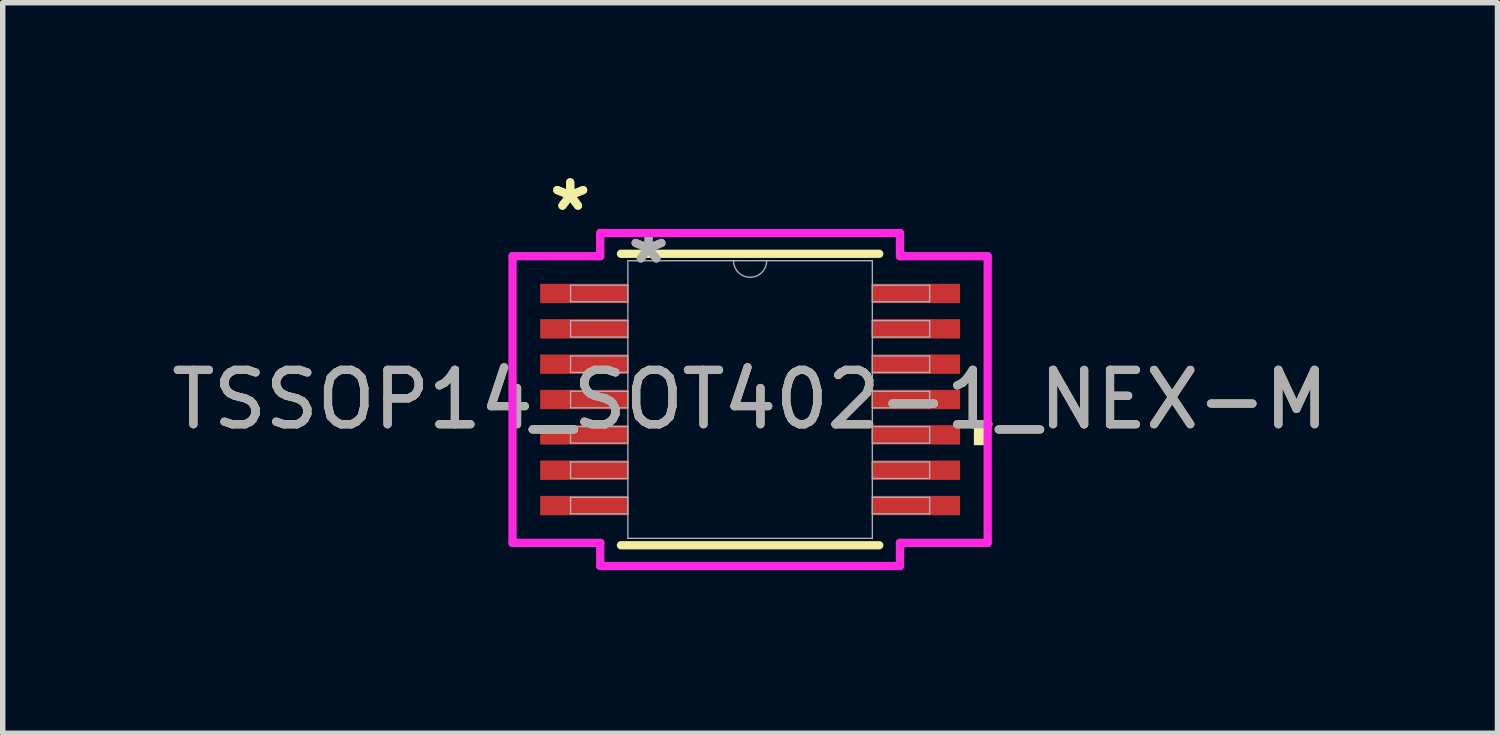
<source format=kicad_pcb>
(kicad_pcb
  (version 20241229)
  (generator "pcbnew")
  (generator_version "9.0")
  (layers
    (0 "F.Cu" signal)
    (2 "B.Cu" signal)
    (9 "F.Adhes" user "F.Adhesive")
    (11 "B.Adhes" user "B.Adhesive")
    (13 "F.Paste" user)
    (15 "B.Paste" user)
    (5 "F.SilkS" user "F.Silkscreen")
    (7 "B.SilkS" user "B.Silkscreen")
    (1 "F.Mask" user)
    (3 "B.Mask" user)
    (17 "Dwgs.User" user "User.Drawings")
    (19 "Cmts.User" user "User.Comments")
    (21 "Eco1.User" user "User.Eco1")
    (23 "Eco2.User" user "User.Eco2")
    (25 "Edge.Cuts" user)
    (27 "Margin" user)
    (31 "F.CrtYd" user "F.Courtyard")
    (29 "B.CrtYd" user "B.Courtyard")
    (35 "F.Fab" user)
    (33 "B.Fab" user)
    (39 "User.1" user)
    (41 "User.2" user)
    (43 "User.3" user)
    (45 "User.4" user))
  (footprint "TSSOP14_SOT402-1_NEX-M"
    (layer "F.Cu")
    (at 10.744 4.297)
    (property "Reference" "TSSOP14_SOT402-1_NEX-M" (at 0 0 0) (unlocked yes) (layer "F.SilkS") (effects (font (size 1 1) (thickness 0.15))))
    (attr smd)
    (fp_line (start -2.375 2.68) (end 2.375 2.68) (stroke (width 0.152) (type solid)) (layer "F.SilkS"))
    (fp_line (start 2.375 -2.68) (end -2.375 -2.68) (stroke (width 0.152) (type solid)) (layer "F.SilkS"))
    (fp_poly (pts (xy 4.369 0.459) (xy 4.369 0.84) (xy 4.115 0.84) (xy 4.115 0.459)) (stroke (width 0) (type solid)) (fill yes) (layer "F.SilkS"))
    (fp_line (start -4.369 -2.636) (end -2.756 -2.636) (stroke (width 0.152) (type solid)) (layer "F.CrtYd"))
    (fp_line (start -4.369 2.636) (end -4.369 -2.636) (stroke (width 0.152) (type solid)) (layer "F.CrtYd"))
    (fp_line (start -4.369 2.636) (end -2.756 2.636) (stroke (width 0.152) (type solid)) (layer "F.CrtYd"))
    (fp_line (start -2.756 -3.061) (end 2.756 -3.061) (stroke (width 0.152) (type solid)) (layer "F.CrtYd"))
    (fp_line (start -2.756 -2.636) (end -2.756 -3.061) (stroke (width 0.152) (type solid)) (layer "F.CrtYd"))
    (fp_line (start -2.756 3.061) (end -2.756 2.636) (stroke (width 0.152) (type solid)) (layer "F.CrtYd"))
    (fp_line (start 2.756 -3.061) (end 2.756 -2.636) (stroke (width 0.152) (type solid)) (layer "F.CrtYd"))
    (fp_line (start 2.756 2.636) (end 2.756 3.061) (stroke (width 0.152) (type solid)) (layer "F.CrtYd"))
    (fp_line (start 2.756 3.061) (end -2.756 3.061) (stroke (width 0.152) (type solid)) (layer "F.CrtYd"))
    (fp_line (start 4.369 -2.636) (end 2.756 -2.636) (stroke (width 0.152) (type solid)) (layer "F.CrtYd"))
    (fp_line (start 4.369 -2.636) (end 4.369 2.636) (stroke (width 0.152) (type solid)) (layer "F.CrtYd"))
    (fp_line (start 4.369 2.636) (end 2.756 2.636) (stroke (width 0.152) (type solid)) (layer "F.CrtYd"))
    (fp_line (start -3.302 -2.102) (end -3.302 -1.798) (stroke (width 0.025) (type solid)) (layer "F.Fab"))
    (fp_line (start -3.302 -1.798) (end -2.248 -1.798) (stroke (width 0.025) (type solid)) (layer "F.Fab"))
    (fp_line (start -3.302 -1.452) (end -3.302 -1.148) (stroke (width 0.025) (type solid)) (layer "F.Fab"))
    (fp_line (start -3.302 -1.148) (end -2.248 -1.148) (stroke (width 0.025) (type solid)) (layer "F.Fab"))
    (fp_line (start -3.302 -0.802) (end -3.302 -0.498) (stroke (width 0.025) (type solid)) (layer "F.Fab"))
    (fp_line (start -3.302 -0.498) (end -2.248 -0.498) (stroke (width 0.025) (type solid)) (layer "F.Fab"))
    (fp_line (start -3.302 -0.152) (end -3.302 0.152) (stroke (width 0.025) (type solid)) (layer "F.Fab"))
    (fp_line (start -3.302 0.152) (end -2.248 0.152) (stroke (width 0.025) (type solid)) (layer "F.Fab"))
    (fp_line (start -3.302 0.498) (end -3.302 0.802) (stroke (width 0.025) (type solid)) (layer "F.Fab"))
    (fp_line (start -3.302 0.802) (end -2.248 0.802) (stroke (width 0.025) (type solid)) (layer "F.Fab"))
    (fp_line (start -3.302 1.148) (end -3.302 1.452) (stroke (width 0.025) (type solid)) (layer "F.Fab"))
    (fp_line (start -3.302 1.452) (end -2.248 1.452) (stroke (width 0.025) (type solid)) (layer "F.Fab"))
    (fp_line (start -3.302 1.798) (end -3.302 2.102) (stroke (width 0.025) (type solid)) (layer "F.Fab"))
    (fp_line (start -3.302 2.102) (end -2.248 2.102) (stroke (width 0.025) (type solid)) (layer "F.Fab"))
    (fp_line (start -2.248 -2.553) (end -2.248 2.553) (stroke (width 0.025) (type solid)) (layer "F.Fab"))
    (fp_line (start -2.248 -2.102) (end -3.302 -2.102) (stroke (width 0.025) (type solid)) (layer "F.Fab"))
    (fp_line (start -2.248 -1.798) (end -2.248 -2.102) (stroke (width 0.025) (type solid)) (layer "F.Fab"))
    (fp_line (start -2.248 -1.452) (end -3.302 -1.452) (stroke (width 0.025) (type solid)) (layer "F.Fab"))
    (fp_line (start -2.248 -1.148) (end -2.248 -1.452) (stroke (width 0.025) (type solid)) (layer "F.Fab"))
    (fp_line (start -2.248 -0.802) (end -3.302 -0.802) (stroke (width 0.025) (type solid)) (layer "F.Fab"))
    (fp_line (start -2.248 -0.498) (end -2.248 -0.802) (stroke (width 0.025) (type solid)) (layer "F.Fab"))
    (fp_line (start -2.248 -0.152) (end -3.302 -0.152) (stroke (width 0.025) (type solid)) (layer "F.Fab"))
    (fp_line (start -2.248 0.152) (end -2.248 -0.152) (stroke (width 0.025) (type solid)) (layer "F.Fab"))
    (fp_line (start -2.248 0.498) (end -3.302 0.498) (stroke (width 0.025) (type solid)) (layer "F.Fab"))
    (fp_line (start -2.248 0.802) (end -2.248 0.498) (stroke (width 0.025) (type solid)) (layer "F.Fab"))
    (fp_line (start -2.248 1.148) (end -3.302 1.148) (stroke (width 0.025) (type solid)) (layer "F.Fab"))
    (fp_line (start -2.248 1.452) (end -2.248 1.148) (stroke (width 0.025) (type solid)) (layer "F.Fab"))
    (fp_line (start -2.248 1.798) (end -3.302 1.798) (stroke (width 0.025) (type solid)) (layer "F.Fab"))
    (fp_line (start -2.248 2.102) (end -2.248 1.798) (stroke (width 0.025) (type solid)) (layer "F.Fab"))
    (fp_line (start -2.248 2.553) (end 2.248 2.553) (stroke (width 0.025) (type solid)) (layer "F.Fab"))
    (fp_line (start 2.248 -2.553) (end -2.248 -2.553) (stroke (width 0.025) (type solid)) (layer "F.Fab"))
    (fp_line (start 2.248 -2.102) (end 2.248 -1.798) (stroke (width 0.025) (type solid)) (layer "F.Fab"))
    (fp_line (start 2.248 -1.798) (end 3.302 -1.798) (stroke (width 0.025) (type solid)) (layer "F.Fab"))
    (fp_line (start 2.248 -1.452) (end 2.248 -1.148) (stroke (width 0.025) (type solid)) (layer "F.Fab"))
    (fp_line (start 2.248 -1.148) (end 3.302 -1.148) (stroke (width 0.025) (type solid)) (layer "F.Fab"))
    (fp_line (start 2.248 -0.802) (end 2.248 -0.498) (stroke (width 0.025) (type solid)) (layer "F.Fab"))
    (fp_line (start 2.248 -0.498) (end 3.302 -0.498) (stroke (width 0.025) (type solid)) (layer "F.Fab"))
    (fp_line (start 2.248 -0.152) (end 2.248 0.152) (stroke (width 0.025) (type solid)) (layer "F.Fab"))
    (fp_line (start 2.248 0.152) (end 3.302 0.152) (stroke (width 0.025) (type solid)) (layer "F.Fab"))
    (fp_line (start 2.248 0.498) (end 2.248 0.802) (stroke (width 0.025) (type solid)) (layer "F.Fab"))
    (fp_line (start 2.248 0.802) (end 3.302 0.802) (stroke (width 0.025) (type solid)) (layer "F.Fab"))
    (fp_line (start 2.248 1.148) (end 2.248 1.452) (stroke (width 0.025) (type solid)) (layer "F.Fab"))
    (fp_line (start 2.248 1.452) (end 3.302 1.452) (stroke (width 0.025) (type solid)) (layer "F.Fab"))
    (fp_line (start 2.248 1.798) (end 2.248 2.102) (stroke (width 0.025) (type solid)) (layer "F.Fab"))
    (fp_line (start 2.248 2.102) (end 3.302 2.102) (stroke (width 0.025) (type solid)) (layer "F.Fab"))
    (fp_line (start 2.248 2.553) (end 2.248 -2.553) (stroke (width 0.025) (type solid)) (layer "F.Fab"))
    (fp_line (start 3.302 -2.102) (end 2.248 -2.102) (stroke (width 0.025) (type solid)) (layer "F.Fab"))
    (fp_line (start 3.302 -1.798) (end 3.302 -2.102) (stroke (width 0.025) (type solid)) (layer "F.Fab"))
    (fp_line (start 3.302 -1.452) (end 2.248 -1.452) (stroke (width 0.025) (type solid)) (layer "F.Fab"))
    (fp_line (start 3.302 -1.148) (end 3.302 -1.452) (stroke (width 0.025) (type solid)) (layer "F.Fab"))
    (fp_line (start 3.302 -0.802) (end 2.248 -0.802) (stroke (width 0.025) (type solid)) (layer "F.Fab"))
    (fp_line (start 3.302 -0.498) (end 3.302 -0.802) (stroke (width 0.025) (type solid)) (layer "F.Fab"))
    (fp_line (start 3.302 -0.152) (end 2.248 -0.152) (stroke (width 0.025) (type solid)) (layer "F.Fab"))
    (fp_line (start 3.302 0.152) (end 3.302 -0.152) (stroke (width 0.025) (type solid)) (layer "F.Fab"))
    (fp_line (start 3.302 0.498) (end 2.248 0.498) (stroke (width 0.025) (type solid)) (layer "F.Fab"))
    (fp_line (start 3.302 0.802) (end 3.302 0.498) (stroke (width 0.025) (type solid)) (layer "F.Fab"))
    (fp_line (start 3.302 1.148) (end 2.248 1.148) (stroke (width 0.025) (type solid)) (layer "F.Fab"))
    (fp_line (start 3.302 1.452) (end 3.302 1.148) (stroke (width 0.025) (type solid)) (layer "F.Fab"))
    (fp_line (start 3.302 1.798) (end 2.248 1.798) (stroke (width 0.025) (type solid)) (layer "F.Fab"))
    (fp_line (start 3.302 2.102) (end 3.302 1.798) (stroke (width 0.025) (type solid)) (layer "F.Fab"))
    (fp_arc (start 0.3048 -2.5527) (mid 0 -2.2479) (end -0.3048 -2.5527) (stroke (width 0.0254) (type solid)) (layer "F.Fab"))
    (fp_text user "*" (at -3.308 -3.449 0) (layer "F.SilkS") (effects (font (size 1 1) (thickness 0.15))))
    (fp_text user "*" (at -3.308 -3.449 0) (unlocked yes) (layer "F.SilkS") (effects (font (size 1 1) (thickness 0.15))))
    (fp_text user "${REFERENCE}" (at 0 0 0) (unlocked yes) (layer "F.Fab") (effects (font (size 1 1) (thickness 0.15))))
    (fp_text user "*" (at -1.867 -2.477 0) (layer "F.Fab") (effects (font (size 1 1) (thickness 0.15))))
    (fp_text user "*" (at -1.867 -2.477 0) (unlocked yes) (layer "F.Fab") (effects (font (size 1 1) (thickness 0.15))))
    (pad "1" smd rect (at -3.054 -1.95) (size 1.613 0.356) (layers "F.Cu" "F.Mask" "F.Paste"))
    (pad "2" smd rect (at -3.054 -1.3) (size 1.613 0.356) (layers "F.Cu" "F.Mask" "F.Paste"))
    (pad "3" smd rect (at -3.054 -0.65) (size 1.613 0.356) (layers "F.Cu" "F.Mask" "F.Paste"))
    (pad "4" smd rect (at -3.054 0) (size 1.613 0.356) (layers "F.Cu" "F.Mask" "F.Paste"))
    (pad "5" smd rect (at -3.054 0.65) (size 1.613 0.356) (layers "F.Cu" "F.Mask" "F.Paste"))
    (pad "6" smd rect (at -3.054 1.3) (size 1.613 0.356) (layers "F.Cu" "F.Mask" "F.Paste"))
    (pad "7" smd rect (at -3.054 1.95) (size 1.613 0.356) (layers "F.Cu" "F.Mask" "F.Paste"))
    (pad "8" smd rect (at 3.054 1.95) (size 1.613 0.356) (layers "F.Cu" "F.Mask" "F.Paste"))
    (pad "9" smd rect (at 3.054 1.3) (size 1.613 0.356) (layers "F.Cu" "F.Mask" "F.Paste"))
    (pad "10" smd rect (at 3.054 0.65) (size 1.613 0.356) (layers "F.Cu" "F.Mask" "F.Paste"))
    (pad "11" smd rect (at 3.054 0) (size 1.613 0.356) (layers "F.Cu" "F.Mask" "F.Paste"))
    (pad "12" smd rect (at 3.054 -0.65) (size 1.613 0.356) (layers "F.Cu" "F.Mask" "F.Paste"))
    (pad "13" smd rect (at 3.054 -1.3) (size 1.613 0.356) (layers "F.Cu" "F.Mask" "F.Paste"))
    (pad "14" smd rect (at 3.054 -1.95) (size 1.613 0.356) (layers "F.Cu" "F.Mask" "F.Paste")))
  (gr_rect
    (start -3 -3)
    (end 24.488 10.434)
    (stroke (width 0.1) (type default))
    (fill no)
    (layer "Edge.Cuts")))
</source>
